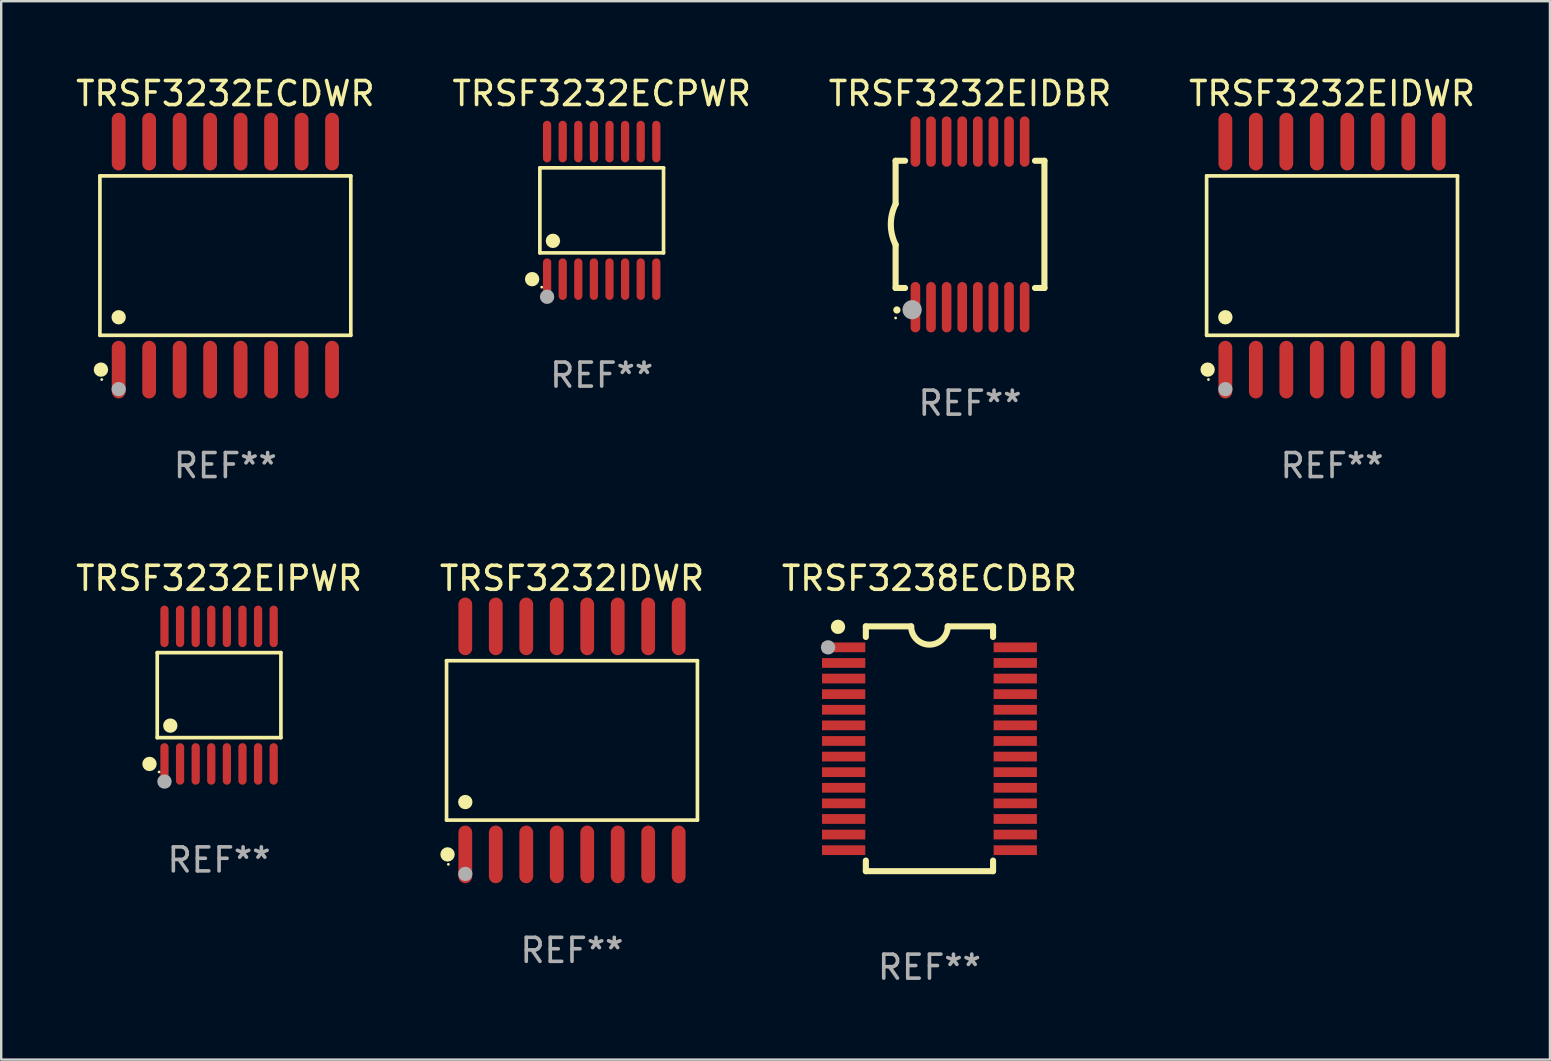
<source format=kicad_pcb>
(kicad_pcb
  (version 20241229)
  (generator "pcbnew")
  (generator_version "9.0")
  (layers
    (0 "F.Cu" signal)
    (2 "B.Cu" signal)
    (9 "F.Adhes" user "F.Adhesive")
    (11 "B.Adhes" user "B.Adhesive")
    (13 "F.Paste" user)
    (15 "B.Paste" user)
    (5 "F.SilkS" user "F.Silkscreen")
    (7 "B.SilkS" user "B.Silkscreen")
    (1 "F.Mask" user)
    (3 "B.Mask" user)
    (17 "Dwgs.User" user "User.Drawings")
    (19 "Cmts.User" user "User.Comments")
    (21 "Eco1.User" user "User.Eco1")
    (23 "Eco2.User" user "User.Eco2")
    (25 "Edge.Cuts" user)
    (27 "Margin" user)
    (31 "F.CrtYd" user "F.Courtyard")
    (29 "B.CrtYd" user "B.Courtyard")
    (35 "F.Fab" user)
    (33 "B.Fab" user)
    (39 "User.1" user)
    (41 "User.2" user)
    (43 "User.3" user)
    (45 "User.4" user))
  (footprint "TRSF3232EIDWR"
    (layer "F.Cu")
    (at 52.446 7.599)
    (property "Reference" "TRSF3232EIDWR" (at 0 -6.75 0) (layer "F.SilkS") (effects (font (size 1 1) (thickness 0.15))))
    (attr through_hole)
    (fp_line (start -5.226 -3.321) (end 5.226 -3.321) (stroke (width 0.152) (type solid)) (layer "F.SilkS"))
    (fp_line (start -5.226 3.321) (end -5.226 -3.321) (stroke (width 0.152) (type solid)) (layer "F.SilkS"))
    (fp_line (start 5.226 -3.321) (end 5.226 3.321) (stroke (width 0.152) (type solid)) (layer "F.SilkS"))
    (fp_line (start 5.226 3.321) (end -5.226 3.321) (stroke (width 0.152) (type solid)) (layer "F.SilkS"))
    (fp_circle (center -5.184 4.75) (end -5.034 4.75) (stroke (width 0.3) (type solid)) (fill no) (layer "F.SilkS"))
    (fp_circle (center -5.15 5.163) (end -5.12 5.163) (stroke (width 0.06) (type solid)) (fill no) (layer "F.SilkS"))
    (fp_circle (center -4.445 2.569) (end -4.295 2.569) (stroke (width 0.3) (type solid)) (fill no) (layer "F.SilkS"))
    (fp_circle (center -4.445 5.563) (end -4.295 5.563) (stroke (width 0.3) (type solid)) (fill no) (layer "F.Fab"))
    (fp_text user "REF**" (at 0 8.75 0) (layer "F.Fab") (effects (font (size 1 1) (thickness 0.15))))
    (pad "1" smd oval (at -4.445 4.75) (size 0.574 2.401) (layers "F.Cu" "F.Mask" "F.Paste"))
    (pad "2" smd oval (at -3.175 4.75) (size 0.574 2.401) (layers "F.Cu" "F.Mask" "F.Paste"))
    (pad "3" smd oval (at -1.905 4.75) (size 0.574 2.401) (layers "F.Cu" "F.Mask" "F.Paste"))
    (pad "4" smd oval (at -0.635 4.75) (size 0.574 2.401) (layers "F.Cu" "F.Mask" "F.Paste"))
    (pad "5" smd oval (at 0.635 4.75) (size 0.574 2.401) (layers "F.Cu" "F.Mask" "F.Paste"))
    (pad "6" smd oval (at 1.905 4.75) (size 0.574 2.401) (layers "F.Cu" "F.Mask" "F.Paste"))
    (pad "7" smd oval (at 3.175 4.75) (size 0.574 2.401) (layers "F.Cu" "F.Mask" "F.Paste"))
    (pad "8" smd oval (at 4.445 4.75) (size 0.574 2.401) (layers "F.Cu" "F.Mask" "F.Paste"))
    (pad "9" smd oval (at 4.445 -4.75) (size 0.574 2.401) (layers "F.Cu" "F.Mask" "F.Paste"))
    (pad "10" smd oval (at 3.175 -4.75) (size 0.574 2.401) (layers "F.Cu" "F.Mask" "F.Paste"))
    (pad "11" smd oval (at 1.905 -4.75) (size 0.574 2.401) (layers "F.Cu" "F.Mask" "F.Paste"))
    (pad "12" smd oval (at 0.635 -4.75) (size 0.574 2.401) (layers "F.Cu" "F.Mask" "F.Paste"))
    (pad "13" smd oval (at -0.635 -4.75) (size 0.574 2.401) (layers "F.Cu" "F.Mask" "F.Paste"))
    (pad "14" smd oval (at -1.905 -4.75) (size 0.574 2.401) (layers "F.Cu" "F.Mask" "F.Paste"))
    (pad "15" smd oval (at -3.175 -4.75) (size 0.574 2.401) (layers "F.Cu" "F.Mask" "F.Paste"))
    (pad "16" smd oval (at -4.445 -4.75) (size 0.574 2.401) (layers "F.Cu" "F.Mask" "F.Paste")))
  (footprint "TRSF3232EIDBR"
    (layer "F.Cu")
    (at 37.363 6.298)
    (property "Reference" "TRSF3232EIDBR" (at 0 -5.45 0) (layer "F.SilkS") (effects (font (size 1 1) (thickness 0.15))))
    (attr through_hole)
    (fp_line (start -3.1 -2.65) (end -3.1 -0.85) (stroke (width 0.254) (type solid)) (layer "F.SilkS"))
    (fp_line (start -3.1 -2.65) (end -2.706 -2.65) (stroke (width 0.254) (type solid)) (layer "F.SilkS"))
    (fp_line (start -3.1 2.65) (end -3.1 0.85) (stroke (width 0.254) (type solid)) (layer "F.SilkS"))
    (fp_line (start -3.1 2.65) (end -2.706 2.65) (stroke (width 0.254) (type solid)) (layer "F.SilkS"))
    (fp_line (start 2.706 -2.65) (end 3.1 -2.65) (stroke (width 0.254) (type solid)) (layer "F.SilkS"))
    (fp_line (start 2.706 2.65) (end 3.1 2.65) (stroke (width 0.254) (type solid)) (layer "F.SilkS"))
    (fp_line (start 3.1 -2.65) (end 3.1 2.65) (stroke (width 0.254) (type solid)) (layer "F.SilkS"))
    (fp_arc (start -3.098907 0.850902) (mid -3.300057 0.000523) (end -3.1 -0.850114) (stroke (width 0.254001) (type solid)) (layer "F.SilkS"))
    (fp_arc (start -3.048006 3.566066) (mid -3.046736 3.566061) (end -3.045466 3.566066) (stroke (width 0.3) (type solid)) (layer "F.SilkS"))
    (fp_circle (center -3.1 3.9) (end -3.07 3.9) (stroke (width 0.06) (type solid)) (fill no) (layer "F.SilkS"))
    (fp_circle (center -2.413 3.556) (end -2.213 3.556) (stroke (width 0.4) (type solid)) (fill no) (layer "F.Fab"))
    (fp_text user "REF**" (at 0 7.45 0) (layer "F.Fab") (effects (font (size 1 1) (thickness 0.15))))
    (pad "1" smd oval (at -2.275 3.45 180) (size 0.4 2.1) (layers "F.Cu" "F.Mask" "F.Paste"))
    (pad "2" smd oval (at -1.625 3.45 180) (size 0.4 2.1) (layers "F.Cu" "F.Mask" "F.Paste"))
    (pad "3" smd oval (at -0.975 3.45 180) (size 0.4 2.1) (layers "F.Cu" "F.Mask" "F.Paste"))
    (pad "4" smd oval (at -0.325 3.45 180) (size 0.4 2.1) (layers "F.Cu" "F.Mask" "F.Paste"))
    (pad "5" smd oval (at 0.325 3.45 180) (size 0.4 2.1) (layers "F.Cu" "F.Mask" "F.Paste"))
    (pad "6" smd oval (at 0.975 3.45 180) (size 0.4 2.1) (layers "F.Cu" "F.Mask" "F.Paste"))
    (pad "7" smd oval (at 1.625 3.45 180) (size 0.4 2.1) (layers "F.Cu" "F.Mask" "F.Paste"))
    (pad "8" smd oval (at 2.275 3.45 180) (size 0.4 2.1) (layers "F.Cu" "F.Mask" "F.Paste"))
    (pad "9" smd oval (at 2.275 -3.45 180) (size 0.4 2.1) (layers "F.Cu" "F.Mask" "F.Paste"))
    (pad "10" smd oval (at 1.625 -3.45 180) (size 0.4 2.1) (layers "F.Cu" "F.Mask" "F.Paste"))
    (pad "11" smd oval (at 0.975 -3.45 180) (size 0.4 2.1) (layers "F.Cu" "F.Mask" "F.Paste"))
    (pad "12" smd oval (at 0.325 -3.45 180) (size 0.4 2.1) (layers "F.Cu" "F.Mask" "F.Paste"))
    (pad "13" smd oval (at -0.325 -3.45 180) (size 0.4 2.1) (layers "F.Cu" "F.Mask" "F.Paste"))
    (pad "14" smd oval (at -0.975 -3.45 180) (size 0.4 2.1) (layers "F.Cu" "F.Mask" "F.Paste"))
    (pad "15" smd oval (at -1.625 -3.45 180) (size 0.4 2.1) (layers "F.Cu" "F.Mask" "F.Paste"))
    (pad "16" smd oval (at -2.275 -3.45 180) (size 0.4 2.1) (layers "F.Cu" "F.Mask" "F.Paste")))
  (footprint "TRSF3232IDWR"
    (layer "F.Cu")
    (at 20.78 27.796)
    (property "Reference" "TRSF3232IDWR" (at 0 -6.75 0) (layer "F.SilkS") (effects (font (size 1 1) (thickness 0.15))))
    (attr through_hole)
    (fp_line (start -5.226 -3.321) (end 5.226 -3.321) (stroke (width 0.152) (type solid)) (layer "F.SilkS"))
    (fp_line (start -5.226 3.321) (end -5.226 -3.321) (stroke (width 0.152) (type solid)) (layer "F.SilkS"))
    (fp_line (start 5.226 -3.321) (end 5.226 3.321) (stroke (width 0.152) (type solid)) (layer "F.SilkS"))
    (fp_line (start 5.226 3.321) (end -5.226 3.321) (stroke (width 0.152) (type solid)) (layer "F.SilkS"))
    (fp_circle (center -5.184 4.75) (end -5.034 4.75) (stroke (width 0.3) (type solid)) (fill no) (layer "F.SilkS"))
    (fp_circle (center -5.15 5.163) (end -5.12 5.163) (stroke (width 0.06) (type solid)) (fill no) (layer "F.SilkS"))
    (fp_circle (center -4.445 2.569) (end -4.295 2.569) (stroke (width 0.3) (type solid)) (fill no) (layer "F.SilkS"))
    (fp_circle (center -4.445 5.563) (end -4.295 5.563) (stroke (width 0.3) (type solid)) (fill no) (layer "F.Fab"))
    (fp_text user "REF**" (at 0 8.75 0) (layer "F.Fab") (effects (font (size 1 1) (thickness 0.15))))
    (pad "1" smd oval (at -4.445 4.75) (size 0.574 2.401) (layers "F.Cu" "F.Mask" "F.Paste"))
    (pad "2" smd oval (at -3.175 4.75) (size 0.574 2.401) (layers "F.Cu" "F.Mask" "F.Paste"))
    (pad "3" smd oval (at -1.905 4.75) (size 0.574 2.401) (layers "F.Cu" "F.Mask" "F.Paste"))
    (pad "4" smd oval (at -0.635 4.75) (size 0.574 2.401) (layers "F.Cu" "F.Mask" "F.Paste"))
    (pad "5" smd oval (at 0.635 4.75) (size 0.574 2.401) (layers "F.Cu" "F.Mask" "F.Paste"))
    (pad "6" smd oval (at 1.905 4.75) (size 0.574 2.401) (layers "F.Cu" "F.Mask" "F.Paste"))
    (pad "7" smd oval (at 3.175 4.75) (size 0.574 2.401) (layers "F.Cu" "F.Mask" "F.Paste"))
    (pad "8" smd oval (at 4.445 4.75) (size 0.574 2.401) (layers "F.Cu" "F.Mask" "F.Paste"))
    (pad "9" smd oval (at 4.445 -4.75) (size 0.574 2.401) (layers "F.Cu" "F.Mask" "F.Paste"))
    (pad "10" smd oval (at 3.175 -4.75) (size 0.574 2.401) (layers "F.Cu" "F.Mask" "F.Paste"))
    (pad "11" smd oval (at 1.905 -4.75) (size 0.574 2.401) (layers "F.Cu" "F.Mask" "F.Paste"))
    (pad "12" smd oval (at 0.635 -4.75) (size 0.574 2.401) (layers "F.Cu" "F.Mask" "F.Paste"))
    (pad "13" smd oval (at -0.635 -4.75) (size 0.574 2.401) (layers "F.Cu" "F.Mask" "F.Paste"))
    (pad "14" smd oval (at -1.905 -4.75) (size 0.574 2.401) (layers "F.Cu" "F.Mask" "F.Paste"))
    (pad "15" smd oval (at -3.175 -4.75) (size 0.574 2.401) (layers "F.Cu" "F.Mask" "F.Paste"))
    (pad "16" smd oval (at -4.445 -4.75) (size 0.574 2.401) (layers "F.Cu" "F.Mask" "F.Paste")))
  (footprint "TRSF3238ECDBR"
    (layer "F.Cu")
    (at 35.673 28.145)
    (property "Reference" "TRSF3238ECDBR" (at 0 -7.1 0) (layer "F.SilkS") (effects (font (size 1 1) (thickness 0.15))))
    (attr through_hole)
    (fp_line (start -2.65 -5.1) (end -0.762 -5.1) (stroke (width 0.254) (type solid)) (layer "F.SilkS"))
    (fp_line (start -2.65 -4.658) (end -2.65 -5.1) (stroke (width 0.254) (type solid)) (layer "F.SilkS"))
    (fp_line (start -2.65 5.1) (end -2.65 4.658) (stroke (width 0.254) (type solid)) (layer "F.SilkS"))
    (fp_line (start -2.65 5.1) (end 2.65 5.1) (stroke (width 0.254) (type solid)) (layer "F.SilkS"))
    (fp_line (start 2.65 -5.1) (end 0.762 -5.1) (stroke (width 0.254) (type solid)) (layer "F.SilkS"))
    (fp_line (start 2.65 -5.1) (end 2.65 -4.658) (stroke (width 0.254) (type solid)) (layer "F.SilkS"))
    (fp_line (start 2.65 4.658) (end 2.65 5.1) (stroke (width 0.254) (type solid)) (layer "F.SilkS"))
    (fp_arc (start 0.761925 -5.1) (mid -0.000241 -4.338329) (end -0.762077 -5.10033) (stroke (width 0.254001) (type solid)) (layer "F.SilkS"))
    (fp_circle (center -3.858 -5.07) (end -3.828 -5.07) (stroke (width 0.06) (type solid)) (fill no) (layer "F.SilkS"))
    (fp_circle (center -3.81 -5.08) (end -3.66 -5.08) (stroke (width 0.3) (type solid)) (fill no) (layer "F.SilkS"))
    (fp_circle (center -4.225 -4.225) (end -4.075 -4.225) (stroke (width 0.3) (type solid)) (fill no) (layer "F.Fab"))
    (fp_text user "REF**" (at 0 9.1 0) (layer "F.Fab") (effects (font (size 1 1) (thickness 0.15))))
    (pad "1" smd rect (at -3.575 -4.225) (size 1.803 0.406) (layers "F.Cu" "F.Mask" "F.Paste"))
    (pad "2" smd rect (at -3.575 -3.575) (size 1.803 0.406) (layers "F.Cu" "F.Mask" "F.Paste"))
    (pad "3" smd rect (at -3.575 -2.925) (size 1.803 0.406) (layers "F.Cu" "F.Mask" "F.Paste"))
    (pad "4" smd rect (at -3.575 -2.275) (size 1.803 0.406) (layers "F.Cu" "F.Mask" "F.Paste"))
    (pad "5" smd rect (at -3.575 -1.625) (size 1.803 0.406) (layers "F.Cu" "F.Mask" "F.Paste"))
    (pad "6" smd rect (at -3.575 -0.975) (size 1.803 0.406) (layers "F.Cu" "F.Mask" "F.Paste"))
    (pad "7" smd rect (at -3.575 -0.325) (size 1.803 0.406) (layers "F.Cu" "F.Mask" "F.Paste"))
    (pad "8" smd rect (at -3.575 0.325) (size 1.803 0.406) (layers "F.Cu" "F.Mask" "F.Paste"))
    (pad "9" smd rect (at -3.575 0.975) (size 1.803 0.406) (layers "F.Cu" "F.Mask" "F.Paste"))
    (pad "10" smd rect (at -3.575 1.625) (size 1.803 0.406) (layers "F.Cu" "F.Mask" "F.Paste"))
    (pad "11" smd rect (at -3.575 2.275) (size 1.803 0.406) (layers "F.Cu" "F.Mask" "F.Paste"))
    (pad "12" smd rect (at -3.575 2.925) (size 1.803 0.406) (layers "F.Cu" "F.Mask" "F.Paste"))
    (pad "13" smd rect (at -3.575 3.575) (size 1.803 0.406) (layers "F.Cu" "F.Mask" "F.Paste"))
    (pad "14" smd rect (at -3.575 4.225) (size 1.803 0.406) (layers "F.Cu" "F.Mask" "F.Paste"))
    (pad "15" smd rect (at 3.575 4.225) (size 1.803 0.406) (layers "F.Cu" "F.Mask" "F.Paste"))
    (pad "16" smd rect (at 3.575 3.575) (size 1.803 0.406) (layers "F.Cu" "F.Mask" "F.Paste"))
    (pad "17" smd rect (at 3.575 2.925) (size 1.803 0.406) (layers "F.Cu" "F.Mask" "F.Paste"))
    (pad "18" smd rect (at 3.575 2.275) (size 1.803 0.406) (layers "F.Cu" "F.Mask" "F.Paste"))
    (pad "19" smd rect (at 3.575 1.625) (size 1.803 0.406) (layers "F.Cu" "F.Mask" "F.Paste"))
    (pad "20" smd rect (at 3.575 0.975) (size 1.803 0.406) (layers "F.Cu" "F.Mask" "F.Paste"))
    (pad "21" smd rect (at 3.575 0.325) (size 1.803 0.406) (layers "F.Cu" "F.Mask" "F.Paste"))
    (pad "22" smd rect (at 3.575 -0.325) (size 1.803 0.406) (layers "F.Cu" "F.Mask" "F.Paste"))
    (pad "23" smd rect (at 3.575 -0.975) (size 1.803 0.406) (layers "F.Cu" "F.Mask" "F.Paste"))
    (pad "24" smd rect (at 3.575 -1.625) (size 1.803 0.406) (layers "F.Cu" "F.Mask" "F.Paste"))
    (pad "25" smd rect (at 3.575 -2.275) (size 1.803 0.406) (layers "F.Cu" "F.Mask" "F.Paste"))
    (pad "26" smd rect (at 3.575 -2.925) (size 1.803 0.406) (layers "F.Cu" "F.Mask" "F.Paste"))
    (pad "27" smd rect (at 3.575 -3.575) (size 1.803 0.406) (layers "F.Cu" "F.Mask" "F.Paste"))
    (pad "28" smd rect (at 3.575 -4.225) (size 1.803 0.406) (layers "F.Cu" "F.Mask" "F.Paste")))
  (footprint "TRSF3232ECDWR"
    (layer "F.Cu")
    (at 6.339 7.599)
    (property "Reference" "TRSF3232ECDWR" (at 0 -6.75 0) (layer "F.SilkS") (effects (font (size 1 1) (thickness 0.15))))
    (attr through_hole)
    (fp_line (start -5.226 -3.321) (end 5.226 -3.321) (stroke (width 0.152) (type solid)) (layer "F.SilkS"))
    (fp_line (start -5.226 3.321) (end -5.226 -3.321) (stroke (width 0.152) (type solid)) (layer "F.SilkS"))
    (fp_line (start 5.226 -3.321) (end 5.226 3.321) (stroke (width 0.152) (type solid)) (layer "F.SilkS"))
    (fp_line (start 5.226 3.321) (end -5.226 3.321) (stroke (width 0.152) (type solid)) (layer "F.SilkS"))
    (fp_circle (center -5.184 4.75) (end -5.034 4.75) (stroke (width 0.3) (type solid)) (fill no) (layer "F.SilkS"))
    (fp_circle (center -5.15 5.163) (end -5.12 5.163) (stroke (width 0.06) (type solid)) (fill no) (layer "F.SilkS"))
    (fp_circle (center -4.445 2.569) (end -4.295 2.569) (stroke (width 0.3) (type solid)) (fill no) (layer "F.SilkS"))
    (fp_circle (center -4.445 5.563) (end -4.295 5.563) (stroke (width 0.3) (type solid)) (fill no) (layer "F.Fab"))
    (fp_text user "REF**" (at 0 8.75 0) (layer "F.Fab") (effects (font (size 1 1) (thickness 0.15))))
    (pad "1" smd oval (at -4.445 4.75) (size 0.574 2.401) (layers "F.Cu" "F.Mask" "F.Paste"))
    (pad "2" smd oval (at -3.175 4.75) (size 0.574 2.401) (layers "F.Cu" "F.Mask" "F.Paste"))
    (pad "3" smd oval (at -1.905 4.75) (size 0.574 2.401) (layers "F.Cu" "F.Mask" "F.Paste"))
    (pad "4" smd oval (at -0.635 4.75) (size 0.574 2.401) (layers "F.Cu" "F.Mask" "F.Paste"))
    (pad "5" smd oval (at 0.635 4.75) (size 0.574 2.401) (layers "F.Cu" "F.Mask" "F.Paste"))
    (pad "6" smd oval (at 1.905 4.75) (size 0.574 2.401) (layers "F.Cu" "F.Mask" "F.Paste"))
    (pad "7" smd oval (at 3.175 4.75) (size 0.574 2.401) (layers "F.Cu" "F.Mask" "F.Paste"))
    (pad "8" smd oval (at 4.445 4.75) (size 0.574 2.401) (layers "F.Cu" "F.Mask" "F.Paste"))
    (pad "9" smd oval (at 4.445 -4.75) (size 0.574 2.401) (layers "F.Cu" "F.Mask" "F.Paste"))
    (pad "10" smd oval (at 3.175 -4.75) (size 0.574 2.401) (layers "F.Cu" "F.Mask" "F.Paste"))
    (pad "11" smd oval (at 1.905 -4.75) (size 0.574 2.401) (layers "F.Cu" "F.Mask" "F.Paste"))
    (pad "12" smd oval (at 0.635 -4.75) (size 0.574 2.401) (layers "F.Cu" "F.Mask" "F.Paste"))
    (pad "13" smd oval (at -0.635 -4.75) (size 0.574 2.401) (layers "F.Cu" "F.Mask" "F.Paste"))
    (pad "14" smd oval (at -1.905 -4.75) (size 0.574 2.401) (layers "F.Cu" "F.Mask" "F.Paste"))
    (pad "15" smd oval (at -3.175 -4.75) (size 0.574 2.401) (layers "F.Cu" "F.Mask" "F.Paste"))
    (pad "16" smd oval (at -4.445 -4.75) (size 0.574 2.401) (layers "F.Cu" "F.Mask" "F.Paste")))
  (footprint "TRSF3232EIPWR"
    (layer "F.Cu")
    (at 6.077 25.911)
    (property "Reference" "TRSF3232EIPWR" (at 0 -4.866 0) (layer "F.SilkS") (effects (font (size 1 1) (thickness 0.15))))
    (attr through_hole)
    (fp_line (start -2.576 -1.772) (end 2.576 -1.772) (stroke (width 0.152) (type solid)) (layer "F.SilkS"))
    (fp_line (start -2.576 1.771) (end -2.576 -1.772) (stroke (width 0.152) (type solid)) (layer "F.SilkS"))
    (fp_line (start 2.576 -1.772) (end 2.576 1.771) (stroke (width 0.152) (type solid)) (layer "F.SilkS"))
    (fp_line (start 2.576 1.771) (end -2.576 1.771) (stroke (width 0.152) (type solid)) (layer "F.SilkS"))
    (fp_circle (center -2.899 2.866) (end -2.749 2.866) (stroke (width 0.3) (type solid)) (fill no) (layer "F.SilkS"))
    (fp_circle (center -2.5 3.2) (end -2.47 3.2) (stroke (width 0.06) (type solid)) (fill no) (layer "F.SilkS"))
    (fp_circle (center -2.032 1.27) (end -1.882 1.27) (stroke (width 0.3) (type solid)) (fill no) (layer "F.SilkS"))
    (fp_circle (center -2.275 3.6) (end -2.125 3.6) (stroke (width 0.3) (type solid)) (fill no) (layer "F.Fab"))
    (fp_text user "REF**" (at 0 6.866 0) (layer "F.Fab") (effects (font (size 1 1) (thickness 0.15))))
    (pad "1" smd oval (at -2.275 2.866) (size 0.343 1.731) (layers "F.Cu" "F.Mask" "F.Paste"))
    (pad "2" smd oval (at -1.625 2.866) (size 0.343 1.731) (layers "F.Cu" "F.Mask" "F.Paste"))
    (pad "3" smd oval (at -0.975 2.866) (size 0.343 1.731) (layers "F.Cu" "F.Mask" "F.Paste"))
    (pad "4" smd oval (at -0.325 2.866) (size 0.343 1.731) (layers "F.Cu" "F.Mask" "F.Paste"))
    (pad "5" smd oval (at 0.325 2.866) (size 0.343 1.731) (layers "F.Cu" "F.Mask" "F.Paste"))
    (pad "6" smd oval (at 0.975 2.866) (size 0.343 1.731) (layers "F.Cu" "F.Mask" "F.Paste"))
    (pad "7" smd oval (at 1.625 2.866) (size 0.343 1.731) (layers "F.Cu" "F.Mask" "F.Paste"))
    (pad "8" smd oval (at 2.275 2.866) (size 0.343 1.731) (layers "F.Cu" "F.Mask" "F.Paste"))
    (pad "9" smd oval (at 2.275 -2.866) (size 0.343 1.731) (layers "F.Cu" "F.Mask" "F.Paste"))
    (pad "10" smd oval (at 1.625 -2.866) (size 0.343 1.731) (layers "F.Cu" "F.Mask" "F.Paste"))
    (pad "11" smd oval (at 0.975 -2.866) (size 0.343 1.731) (layers "F.Cu" "F.Mask" "F.Paste"))
    (pad "12" smd oval (at 0.325 -2.866) (size 0.343 1.731) (layers "F.Cu" "F.Mask" "F.Paste"))
    (pad "13" smd oval (at -0.325 -2.866) (size 0.343 1.731) (layers "F.Cu" "F.Mask" "F.Paste"))
    (pad "14" smd oval (at -0.975 -2.866) (size 0.343 1.731) (layers "F.Cu" "F.Mask" "F.Paste"))
    (pad "15" smd oval (at -1.625 -2.866) (size 0.343 1.731) (layers "F.Cu" "F.Mask" "F.Paste"))
    (pad "16" smd oval (at -2.275 -2.866) (size 0.343 1.731) (layers "F.Cu" "F.Mask" "F.Paste")))
  (footprint "TRSF3232ECPWR"
    (layer "F.Cu")
    (at 22.018 5.714)
    (property "Reference" "TRSF3232ECPWR" (at 0 -4.866 0) (layer "F.SilkS") (effects (font (size 1 1) (thickness 0.15))))
    (attr through_hole)
    (fp_line (start -2.576 -1.772) (end 2.576 -1.772) (stroke (width 0.152) (type solid)) (layer "F.SilkS"))
    (fp_line (start -2.576 1.771) (end -2.576 -1.772) (stroke (width 0.152) (type solid)) (layer "F.SilkS"))
    (fp_line (start 2.576 -1.772) (end 2.576 1.771) (stroke (width 0.152) (type solid)) (layer "F.SilkS"))
    (fp_line (start 2.576 1.771) (end -2.576 1.771) (stroke (width 0.152) (type solid)) (layer "F.SilkS"))
    (fp_circle (center -2.899 2.866) (end -2.749 2.866) (stroke (width 0.3) (type solid)) (fill no) (layer "F.SilkS"))
    (fp_circle (center -2.5 3.2) (end -2.47 3.2) (stroke (width 0.06) (type solid)) (fill no) (layer "F.SilkS"))
    (fp_circle (center -2.032 1.27) (end -1.882 1.27) (stroke (width 0.3) (type solid)) (fill no) (layer "F.SilkS"))
    (fp_circle (center -2.275 3.6) (end -2.125 3.6) (stroke (width 0.3) (type solid)) (fill no) (layer "F.Fab"))
    (fp_text user "REF**" (at 0 6.866 0) (layer "F.Fab") (effects (font (size 1 1) (thickness 0.15))))
    (pad "1" smd oval (at -2.275 2.866) (size 0.343 1.731) (layers "F.Cu" "F.Mask" "F.Paste"))
    (pad "2" smd oval (at -1.625 2.866) (size 0.343 1.731) (layers "F.Cu" "F.Mask" "F.Paste"))
    (pad "3" smd oval (at -0.975 2.866) (size 0.343 1.731) (layers "F.Cu" "F.Mask" "F.Paste"))
    (pad "4" smd oval (at -0.325 2.866) (size 0.343 1.731) (layers "F.Cu" "F.Mask" "F.Paste"))
    (pad "5" smd oval (at 0.325 2.866) (size 0.343 1.731) (layers "F.Cu" "F.Mask" "F.Paste"))
    (pad "6" smd oval (at 0.975 2.866) (size 0.343 1.731) (layers "F.Cu" "F.Mask" "F.Paste"))
    (pad "7" smd oval (at 1.625 2.866) (size 0.343 1.731) (layers "F.Cu" "F.Mask" "F.Paste"))
    (pad "8" smd oval (at 2.275 2.866) (size 0.343 1.731) (layers "F.Cu" "F.Mask" "F.Paste"))
    (pad "9" smd oval (at 2.275 -2.866) (size 0.343 1.731) (layers "F.Cu" "F.Mask" "F.Paste"))
    (pad "10" smd oval (at 1.625 -2.866) (size 0.343 1.731) (layers "F.Cu" "F.Mask" "F.Paste"))
    (pad "11" smd oval (at 0.975 -2.866) (size 0.343 1.731) (layers "F.Cu" "F.Mask" "F.Paste"))
    (pad "12" smd oval (at 0.325 -2.866) (size 0.343 1.731) (layers "F.Cu" "F.Mask" "F.Paste"))
    (pad "13" smd oval (at -0.325 -2.866) (size 0.343 1.731) (layers "F.Cu" "F.Mask" "F.Paste"))
    (pad "14" smd oval (at -0.975 -2.866) (size 0.343 1.731) (layers "F.Cu" "F.Mask" "F.Paste"))
    (pad "15" smd oval (at -1.625 -2.866) (size 0.343 1.731) (layers "F.Cu" "F.Mask" "F.Paste"))
    (pad "16" smd oval (at -2.275 -2.866) (size 0.343 1.731) (layers "F.Cu" "F.Mask" "F.Paste")))
  (gr_rect
    (start -3 -3)
    (end 61.524 41.094)
    (stroke (width 0.1) (type default))
    (fill no)
    (layer "Edge.Cuts")))
</source>
